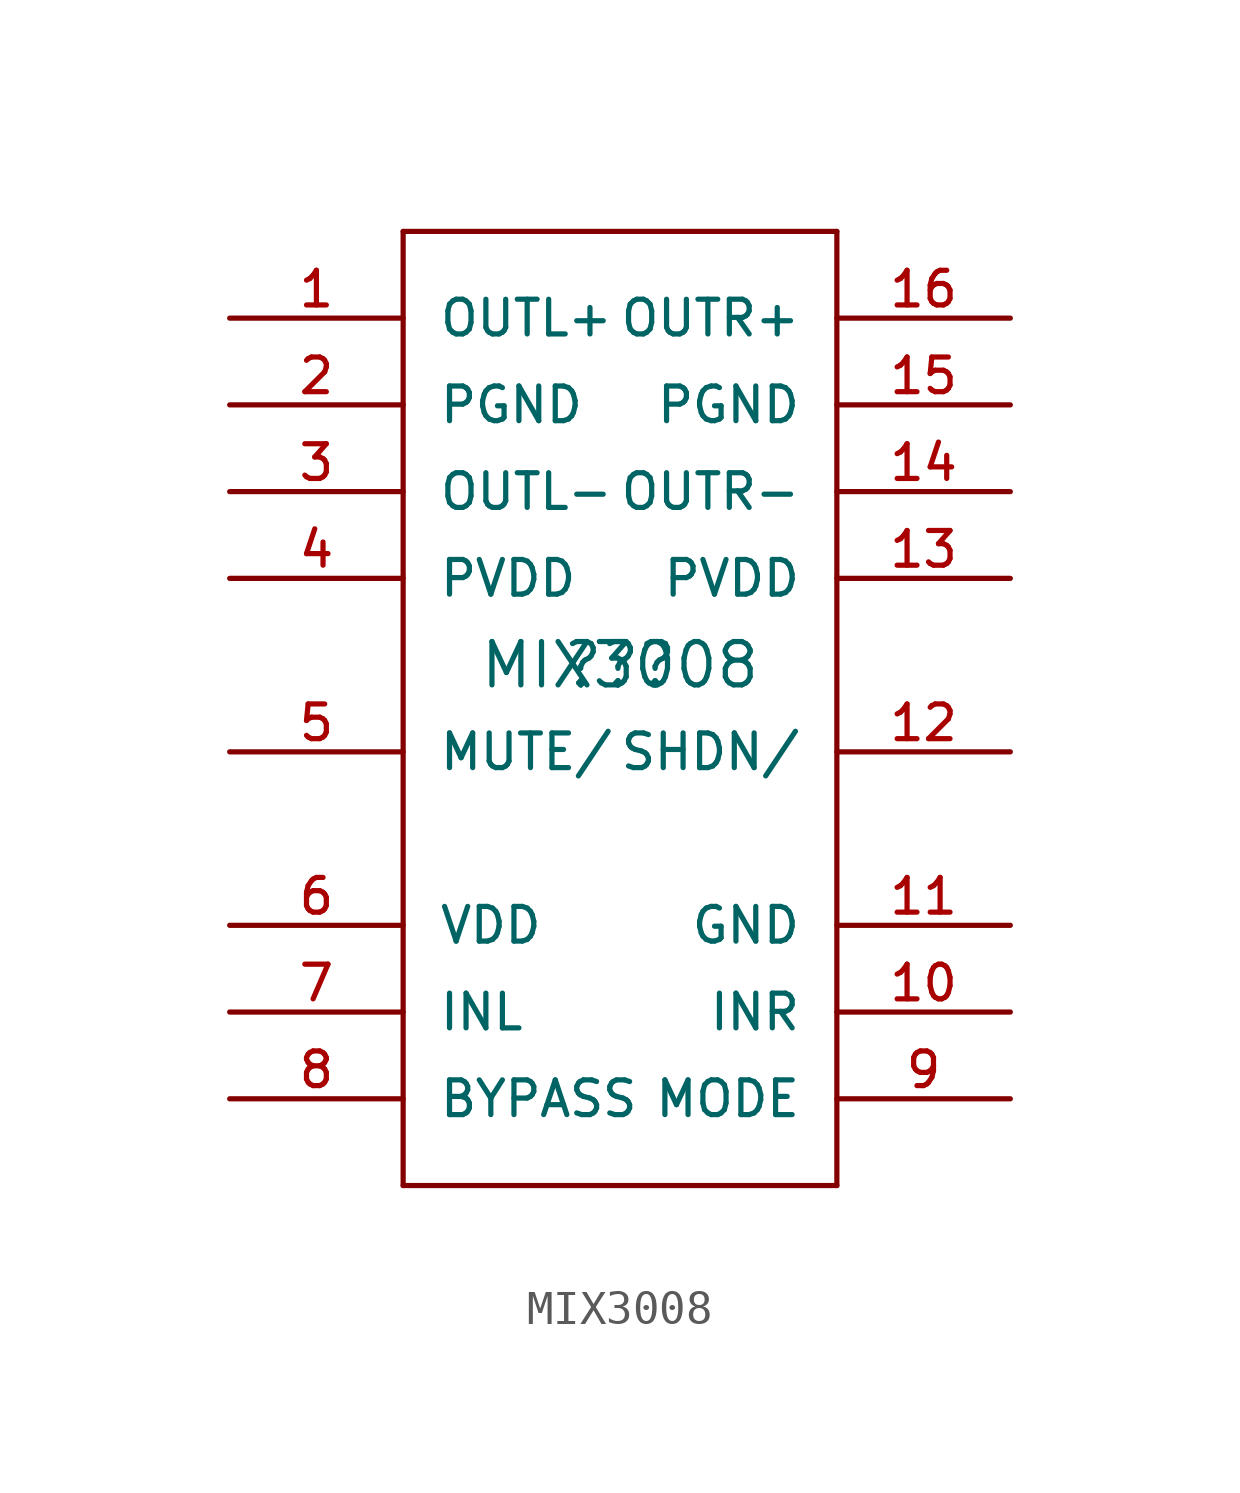
<source format=kicad_sym>
(kicad_symbol_lib
  (version 20211014)
  (generator kicad_symbol_editor)
  (symbol "MIX3008"
    (pin_names
      (offset 1.016))
    (property "Reference" "??"
      (at 0 0 0)
      (effects (font (size 1.27 1.27))))
    (property "Value" "MIX3008"
      (at 0 0 0)
      (effects (font (size 1.27 1.27))))
    (property "ki_locked" ""
      (at 0 0 0)
      (effects (font (size 1.27 1.27))))
    (symbol "MIX3008_1_0"
      (polyline (pts (xy -6.35 -15.24) (xy 6.35 -15.24)) (stroke (width 0) (type default) (color 0 0 0 0)) (fill (type none)))
      (polyline (pts (xy -6.35 12.7) (xy -6.35 -15.24)) (stroke (width 0) (type default) (color 0 0 0 0)) (fill (type none)))
      (polyline (pts (xy 6.35 -15.24) (xy 6.35 12.7)) (stroke (width 0) (type default) (color 0 0 0 0)) (fill (type none)))
      (polyline (pts (xy 6.35 12.7) (xy -6.35 12.7)) (stroke (width 0) (type default) (color 0 0 0 0)) (fill (type none))))
    (symbol "MIX3008_1_1"
      (pin bidirectional line (at -11.43 10.16 0) (length 5.08) (name "OUTL+" (effects (font (size 1.016 1.016)))) (number "1" (effects (font (size 1.016 1.016)))))
      (pin bidirectional line (at 11.43 -10.16 180) (length 5.08) (name "INR" (effects (font (size 1.016 1.016)))) (number "10" (effects (font (size 1.016 1.016)))))
      (pin bidirectional line (at 11.43 -7.62 180) (length 5.08) (name "GND" (effects (font (size 1.016 1.016)))) (number "11" (effects (font (size 1.016 1.016)))))
      (pin bidirectional line (at 11.43 -2.54 180) (length 5.08) (name "SHDN/" (effects (font (size 1.016 1.016)))) (number "12" (effects (font (size 1.016 1.016)))))
      (pin bidirectional line (at 11.43 2.54 180) (length 5.08) (name "PVDD" (effects (font (size 1.016 1.016)))) (number "13" (effects (font (size 1.016 1.016)))))
      (pin bidirectional line (at 11.43 5.08 180) (length 5.08) (name "OUTR-" (effects (font (size 1.016 1.016)))) (number "14" (effects (font (size 1.016 1.016)))))
      (pin bidirectional line (at 11.43 7.62 180) (length 5.08) (name "PGND" (effects (font (size 1.016 1.016)))) (number "15" (effects (font (size 1.016 1.016)))))
      (pin bidirectional line (at 11.43 10.16 180) (length 5.08) (name "OUTR+" (effects (font (size 1.016 1.016)))) (number "16" (effects (font (size 1.016 1.016)))))
      (pin bidirectional line (at -11.43 7.62 0) (length 5.08) (name "PGND" (effects (font (size 1.016 1.016)))) (number "2" (effects (font (size 1.016 1.016)))))
      (pin bidirectional line (at -11.43 5.08 0) (length 5.08) (name "OUTL-" (effects (font (size 1.016 1.016)))) (number "3" (effects (font (size 1.016 1.016)))))
      (pin bidirectional line (at -11.43 2.54 0) (length 5.08) (name "PVDD" (effects (font (size 1.016 1.016)))) (number "4" (effects (font (size 1.016 1.016)))))
      (pin bidirectional line (at -11.43 -2.54 0) (length 5.08) (name "MUTE/" (effects (font (size 1.016 1.016)))) (number "5" (effects (font (size 1.016 1.016)))))
      (pin bidirectional line (at -11.43 -7.62 0) (length 5.08) (name "VDD" (effects (font (size 1.016 1.016)))) (number "6" (effects (font (size 1.016 1.016)))))
      (pin bidirectional line (at -11.43 -10.16 0) (length 5.08) (name "INL" (effects (font (size 1.016 1.016)))) (number "7" (effects (font (size 1.016 1.016)))))
      (pin bidirectional line (at -11.43 -12.7 0) (length 5.08) (name "BYPASS" (effects (font (size 1.016 1.016)))) (number "8" (effects (font (size 1.016 1.016)))))
      (pin bidirectional line (at 11.43 -12.7 180) (length 5.08) (name "MODE" (effects (font (size 1.016 1.016)))) (number "9" (effects (font (size 1.016 1.016))))))))
</source>
